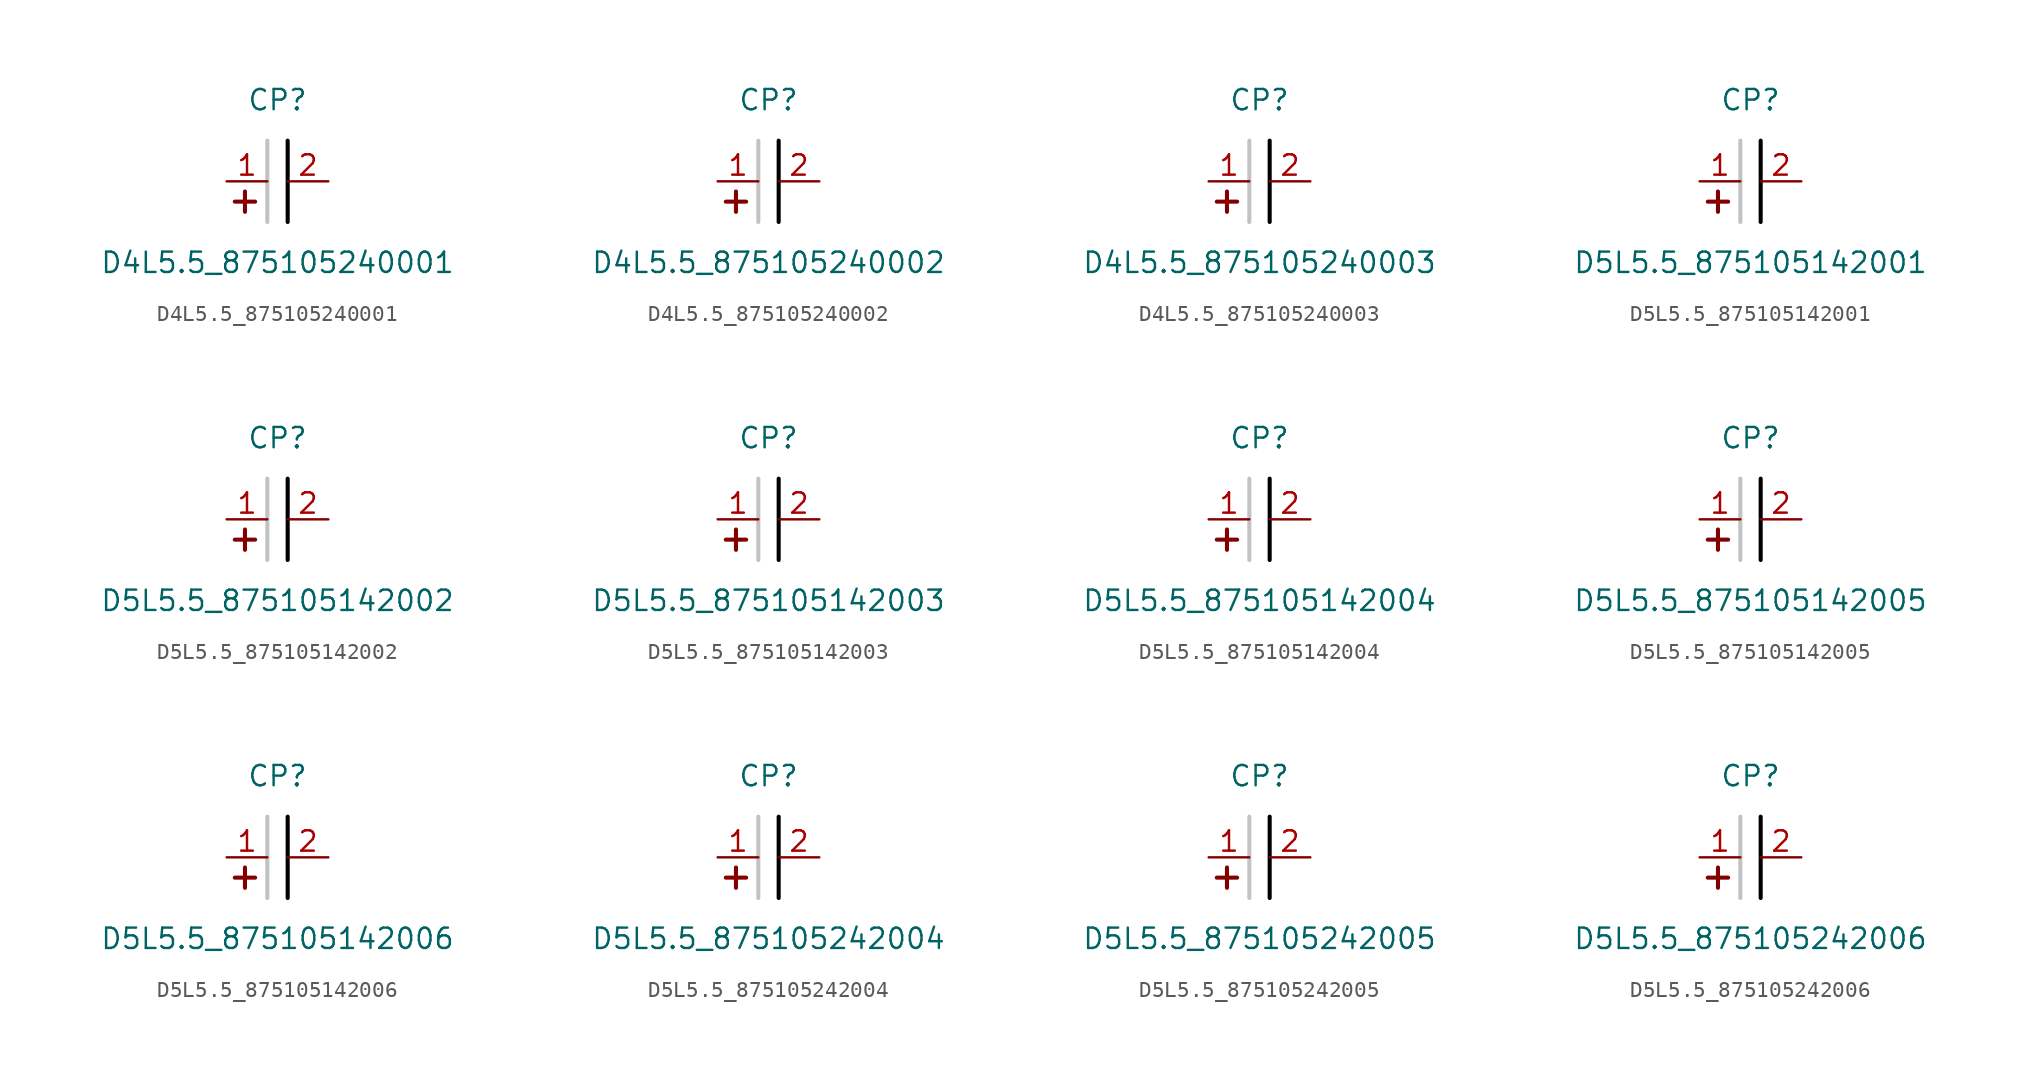
<source format=kicad_sym>
(kicad_symbol_lib
  (version 20220914)
  (generator kicad_symbol_editor)
  (symbol "D4L5.5_875105240001"
    (pin_names hide)
    (property "Reference" "CP"
      (at 0 5.08 0)
      (effects (font (size 1.27 1.27))))
    (property "Value" "D4L5.5_875105240001"
      (at 0 -5.08 0)
      (effects (font (size 1.27 1.27))))
    (symbol "D4L5.5_875105240001_1_1"
      (polyline (pts (xy -2.667 -1.27) (xy -1.397 -1.27)) (stroke (width 0.254) (type default)) (fill (type none)))
      (polyline (pts (xy -2.032 -0.635) (xy -2.032 -1.905)) (stroke (width 0.254) (type default)) (fill (type none)))
      (polyline (pts (xy -0.635 2.54) (xy -0.635 -2.54)) (stroke (width 0.254) (type default) (color 194 194 194 1)) (fill (type none)))
      (polyline (pts (xy 0.635 2.54) (xy 0.635 -2.54)) (stroke (width 0.254) (type default) (color 0 0 0 1)) (fill (type none)))
      (pin passive line (at -3.175 0 0) (length 2.54) (name "1" (effects (font (size 1.27 1.27)))) (number "1" (effects (font (size 1.27 1.27)))))
      (pin passive line (at 3.175 0 180) (length 2.54) (name "2" (effects (font (size 1.27 1.27)))) (number "2" (effects (font (size 1.27 1.27)))))))
  (symbol "D4L5.5_875105240002"
    (pin_names hide)
    (property "Reference" "CP"
      (at 0 5.08 0)
      (effects (font (size 1.27 1.27))))
    (property "Value" "D4L5.5_875105240002"
      (at 0 -5.08 0)
      (effects (font (size 1.27 1.27))))
    (symbol "D4L5.5_875105240002_1_1"
      (polyline (pts (xy -2.667 -1.27) (xy -1.397 -1.27)) (stroke (width 0.254) (type default)) (fill (type none)))
      (polyline (pts (xy -2.032 -0.635) (xy -2.032 -1.905)) (stroke (width 0.254) (type default)) (fill (type none)))
      (polyline (pts (xy -0.635 2.54) (xy -0.635 -2.54)) (stroke (width 0.254) (type default) (color 194 194 194 1)) (fill (type none)))
      (polyline (pts (xy 0.635 2.54) (xy 0.635 -2.54)) (stroke (width 0.254) (type default) (color 0 0 0 1)) (fill (type none)))
      (pin passive line (at -3.175 0 0) (length 2.54) (name "1" (effects (font (size 1.27 1.27)))) (number "1" (effects (font (size 1.27 1.27)))))
      (pin passive line (at 3.175 0 180) (length 2.54) (name "2" (effects (font (size 1.27 1.27)))) (number "2" (effects (font (size 1.27 1.27)))))))
  (symbol "D4L5.5_875105240003"
    (pin_names hide)
    (property "Reference" "CP"
      (at 0 5.08 0)
      (effects (font (size 1.27 1.27))))
    (property "Value" "D4L5.5_875105240003"
      (at 0 -5.08 0)
      (effects (font (size 1.27 1.27))))
    (symbol "D4L5.5_875105240003_1_1"
      (polyline (pts (xy -2.667 -1.27) (xy -1.397 -1.27)) (stroke (width 0.254) (type default)) (fill (type none)))
      (polyline (pts (xy -2.032 -0.635) (xy -2.032 -1.905)) (stroke (width 0.254) (type default)) (fill (type none)))
      (polyline (pts (xy -0.635 2.54) (xy -0.635 -2.54)) (stroke (width 0.254) (type default) (color 194 194 194 1)) (fill (type none)))
      (polyline (pts (xy 0.635 2.54) (xy 0.635 -2.54)) (stroke (width 0.254) (type default) (color 0 0 0 1)) (fill (type none)))
      (pin passive line (at -3.175 0 0) (length 2.54) (name "1" (effects (font (size 1.27 1.27)))) (number "1" (effects (font (size 1.27 1.27)))))
      (pin passive line (at 3.175 0 180) (length 2.54) (name "2" (effects (font (size 1.27 1.27)))) (number "2" (effects (font (size 1.27 1.27)))))))
  (symbol "D5L5.5_875105142001"
    (pin_names hide)
    (property "Reference" "CP"
      (at 0 5.08 0)
      (effects (font (size 1.27 1.27))))
    (property "Value" "D5L5.5_875105142001"
      (at 0 -5.08 0)
      (effects (font (size 1.27 1.27))))
    (symbol "D5L5.5_875105142001_1_1"
      (polyline (pts (xy -2.667 -1.27) (xy -1.397 -1.27)) (stroke (width 0.254) (type default)) (fill (type none)))
      (polyline (pts (xy -2.032 -0.635) (xy -2.032 -1.905)) (stroke (width 0.254) (type default)) (fill (type none)))
      (polyline (pts (xy -0.635 2.54) (xy -0.635 -2.54)) (stroke (width 0.254) (type default) (color 194 194 194 1)) (fill (type none)))
      (polyline (pts (xy 0.635 2.54) (xy 0.635 -2.54)) (stroke (width 0.254) (type default) (color 0 0 0 1)) (fill (type none)))
      (pin passive line (at -3.175 0 0) (length 2.54) (name "1" (effects (font (size 1.27 1.27)))) (number "1" (effects (font (size 1.27 1.27)))))
      (pin passive line (at 3.175 0 180) (length 2.54) (name "2" (effects (font (size 1.27 1.27)))) (number "2" (effects (font (size 1.27 1.27)))))))
  (symbol "D5L5.5_875105142002"
    (pin_names hide)
    (property "Reference" "CP"
      (at 0 5.08 0)
      (effects (font (size 1.27 1.27))))
    (property "Value" "D5L5.5_875105142002"
      (at 0 -5.08 0)
      (effects (font (size 1.27 1.27))))
    (symbol "D5L5.5_875105142002_1_1"
      (polyline (pts (xy -2.667 -1.27) (xy -1.397 -1.27)) (stroke (width 0.254) (type default)) (fill (type none)))
      (polyline (pts (xy -2.032 -0.635) (xy -2.032 -1.905)) (stroke (width 0.254) (type default)) (fill (type none)))
      (polyline (pts (xy -0.635 2.54) (xy -0.635 -2.54)) (stroke (width 0.254) (type default) (color 194 194 194 1)) (fill (type none)))
      (polyline (pts (xy 0.635 2.54) (xy 0.635 -2.54)) (stroke (width 0.254) (type default) (color 0 0 0 1)) (fill (type none)))
      (pin passive line (at -3.175 0 0) (length 2.54) (name "1" (effects (font (size 1.27 1.27)))) (number "1" (effects (font (size 1.27 1.27)))))
      (pin passive line (at 3.175 0 180) (length 2.54) (name "2" (effects (font (size 1.27 1.27)))) (number "2" (effects (font (size 1.27 1.27)))))))
  (symbol "D5L5.5_875105142003"
    (pin_names hide)
    (property "Reference" "CP"
      (at 0 5.08 0)
      (effects (font (size 1.27 1.27))))
    (property "Value" "D5L5.5_875105142003"
      (at 0 -5.08 0)
      (effects (font (size 1.27 1.27))))
    (symbol "D5L5.5_875105142003_1_1"
      (polyline (pts (xy -2.667 -1.27) (xy -1.397 -1.27)) (stroke (width 0.254) (type default)) (fill (type none)))
      (polyline (pts (xy -2.032 -0.635) (xy -2.032 -1.905)) (stroke (width 0.254) (type default)) (fill (type none)))
      (polyline (pts (xy -0.635 2.54) (xy -0.635 -2.54)) (stroke (width 0.254) (type default) (color 194 194 194 1)) (fill (type none)))
      (polyline (pts (xy 0.635 2.54) (xy 0.635 -2.54)) (stroke (width 0.254) (type default) (color 0 0 0 1)) (fill (type none)))
      (pin passive line (at -3.175 0 0) (length 2.54) (name "1" (effects (font (size 1.27 1.27)))) (number "1" (effects (font (size 1.27 1.27)))))
      (pin passive line (at 3.175 0 180) (length 2.54) (name "2" (effects (font (size 1.27 1.27)))) (number "2" (effects (font (size 1.27 1.27)))))))
  (symbol "D5L5.5_875105142004"
    (pin_names hide)
    (property "Reference" "CP"
      (at 0 5.08 0)
      (effects (font (size 1.27 1.27))))
    (property "Value" "D5L5.5_875105142004"
      (at 0 -5.08 0)
      (effects (font (size 1.27 1.27))))
    (symbol "D5L5.5_875105142004_1_1"
      (polyline (pts (xy -2.667 -1.27) (xy -1.397 -1.27)) (stroke (width 0.254) (type default)) (fill (type none)))
      (polyline (pts (xy -2.032 -0.635) (xy -2.032 -1.905)) (stroke (width 0.254) (type default)) (fill (type none)))
      (polyline (pts (xy -0.635 2.54) (xy -0.635 -2.54)) (stroke (width 0.254) (type default) (color 194 194 194 1)) (fill (type none)))
      (polyline (pts (xy 0.635 2.54) (xy 0.635 -2.54)) (stroke (width 0.254) (type default) (color 0 0 0 1)) (fill (type none)))
      (pin passive line (at -3.175 0 0) (length 2.54) (name "1" (effects (font (size 1.27 1.27)))) (number "1" (effects (font (size 1.27 1.27)))))
      (pin passive line (at 3.175 0 180) (length 2.54) (name "2" (effects (font (size 1.27 1.27)))) (number "2" (effects (font (size 1.27 1.27)))))))
  (symbol "D5L5.5_875105142005"
    (pin_names hide)
    (property "Reference" "CP"
      (at 0 5.08 0)
      (effects (font (size 1.27 1.27))))
    (property "Value" "D5L5.5_875105142005"
      (at 0 -5.08 0)
      (effects (font (size 1.27 1.27))))
    (symbol "D5L5.5_875105142005_1_1"
      (polyline (pts (xy -2.667 -1.27) (xy -1.397 -1.27)) (stroke (width 0.254) (type default)) (fill (type none)))
      (polyline (pts (xy -2.032 -0.635) (xy -2.032 -1.905)) (stroke (width 0.254) (type default)) (fill (type none)))
      (polyline (pts (xy -0.635 2.54) (xy -0.635 -2.54)) (stroke (width 0.254) (type default) (color 194 194 194 1)) (fill (type none)))
      (polyline (pts (xy 0.635 2.54) (xy 0.635 -2.54)) (stroke (width 0.254) (type default) (color 0 0 0 1)) (fill (type none)))
      (pin passive line (at -3.175 0 0) (length 2.54) (name "1" (effects (font (size 1.27 1.27)))) (number "1" (effects (font (size 1.27 1.27)))))
      (pin passive line (at 3.175 0 180) (length 2.54) (name "2" (effects (font (size 1.27 1.27)))) (number "2" (effects (font (size 1.27 1.27)))))))
  (symbol "D5L5.5_875105142006"
    (pin_names hide)
    (property "Reference" "CP"
      (at 0 5.08 0)
      (effects (font (size 1.27 1.27))))
    (property "Value" "D5L5.5_875105142006"
      (at 0 -5.08 0)
      (effects (font (size 1.27 1.27))))
    (symbol "D5L5.5_875105142006_1_1"
      (polyline (pts (xy -2.667 -1.27) (xy -1.397 -1.27)) (stroke (width 0.254) (type default)) (fill (type none)))
      (polyline (pts (xy -2.032 -0.635) (xy -2.032 -1.905)) (stroke (width 0.254) (type default)) (fill (type none)))
      (polyline (pts (xy -0.635 2.54) (xy -0.635 -2.54)) (stroke (width 0.254) (type default) (color 194 194 194 1)) (fill (type none)))
      (polyline (pts (xy 0.635 2.54) (xy 0.635 -2.54)) (stroke (width 0.254) (type default) (color 0 0 0 1)) (fill (type none)))
      (pin passive line (at -3.175 0 0) (length 2.54) (name "1" (effects (font (size 1.27 1.27)))) (number "1" (effects (font (size 1.27 1.27)))))
      (pin passive line (at 3.175 0 180) (length 2.54) (name "2" (effects (font (size 1.27 1.27)))) (number "2" (effects (font (size 1.27 1.27)))))))
  (symbol "D5L5.5_875105242004"
    (pin_names hide)
    (property "Reference" "CP"
      (at 0 5.08 0)
      (effects (font (size 1.27 1.27))))
    (property "Value" "D5L5.5_875105242004"
      (at 0 -5.08 0)
      (effects (font (size 1.27 1.27))))
    (symbol "D5L5.5_875105242004_1_1"
      (polyline (pts (xy -2.667 -1.27) (xy -1.397 -1.27)) (stroke (width 0.254) (type default)) (fill (type none)))
      (polyline (pts (xy -2.032 -0.635) (xy -2.032 -1.905)) (stroke (width 0.254) (type default)) (fill (type none)))
      (polyline (pts (xy -0.635 2.54) (xy -0.635 -2.54)) (stroke (width 0.254) (type default) (color 194 194 194 1)) (fill (type none)))
      (polyline (pts (xy 0.635 2.54) (xy 0.635 -2.54)) (stroke (width 0.254) (type default) (color 0 0 0 1)) (fill (type none)))
      (pin passive line (at -3.175 0 0) (length 2.54) (name "1" (effects (font (size 1.27 1.27)))) (number "1" (effects (font (size 1.27 1.27)))))
      (pin passive line (at 3.175 0 180) (length 2.54) (name "2" (effects (font (size 1.27 1.27)))) (number "2" (effects (font (size 1.27 1.27)))))))
  (symbol "D5L5.5_875105242005"
    (pin_names hide)
    (property "Reference" "CP"
      (at 0 5.08 0)
      (effects (font (size 1.27 1.27))))
    (property "Value" "D5L5.5_875105242005"
      (at 0 -5.08 0)
      (effects (font (size 1.27 1.27))))
    (symbol "D5L5.5_875105242005_1_1"
      (polyline (pts (xy -2.667 -1.27) (xy -1.397 -1.27)) (stroke (width 0.254) (type default)) (fill (type none)))
      (polyline (pts (xy -2.032 -0.635) (xy -2.032 -1.905)) (stroke (width 0.254) (type default)) (fill (type none)))
      (polyline (pts (xy -0.635 2.54) (xy -0.635 -2.54)) (stroke (width 0.254) (type default) (color 194 194 194 1)) (fill (type none)))
      (polyline (pts (xy 0.635 2.54) (xy 0.635 -2.54)) (stroke (width 0.254) (type default) (color 0 0 0 1)) (fill (type none)))
      (pin passive line (at -3.175 0 0) (length 2.54) (name "1" (effects (font (size 1.27 1.27)))) (number "1" (effects (font (size 1.27 1.27)))))
      (pin passive line (at 3.175 0 180) (length 2.54) (name "2" (effects (font (size 1.27 1.27)))) (number "2" (effects (font (size 1.27 1.27)))))))
  (symbol "D5L5.5_875105242006"
    (pin_names hide)
    (property "Reference" "CP"
      (at 0 5.08 0)
      (effects (font (size 1.27 1.27))))
    (property "Value" "D5L5.5_875105242006"
      (at 0 -5.08 0)
      (effects (font (size 1.27 1.27))))
    (symbol "D5L5.5_875105242006_1_1"
      (polyline (pts (xy -2.667 -1.27) (xy -1.397 -1.27)) (stroke (width 0.254) (type default)) (fill (type none)))
      (polyline (pts (xy -2.032 -0.635) (xy -2.032 -1.905)) (stroke (width 0.254) (type default)) (fill (type none)))
      (polyline (pts (xy -0.635 2.54) (xy -0.635 -2.54)) (stroke (width 0.254) (type default) (color 194 194 194 1)) (fill (type none)))
      (polyline (pts (xy 0.635 2.54) (xy 0.635 -2.54)) (stroke (width 0.254) (type default) (color 0 0 0 1)) (fill (type none)))
      (pin passive line (at -3.175 0 0) (length 2.54) (name "1" (effects (font (size 1.27 1.27)))) (number "1" (effects (font (size 1.27 1.27)))))
      (pin passive line (at 3.175 0 180) (length 2.54) (name "2" (effects (font (size 1.27 1.27)))) (number "2" (effects (font (size 1.27 1.27))))))))
</source>
